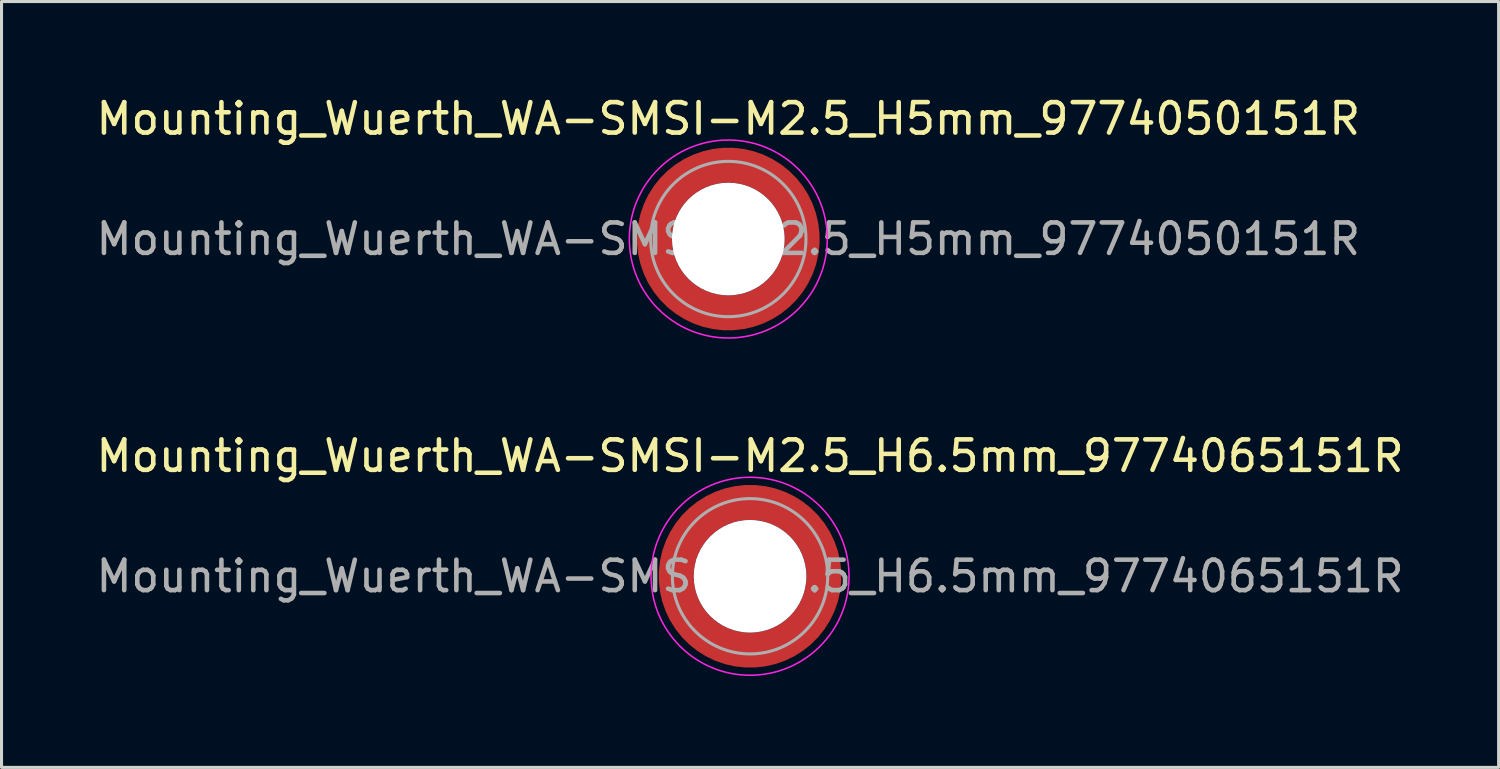
<source format=kicad_pcb>
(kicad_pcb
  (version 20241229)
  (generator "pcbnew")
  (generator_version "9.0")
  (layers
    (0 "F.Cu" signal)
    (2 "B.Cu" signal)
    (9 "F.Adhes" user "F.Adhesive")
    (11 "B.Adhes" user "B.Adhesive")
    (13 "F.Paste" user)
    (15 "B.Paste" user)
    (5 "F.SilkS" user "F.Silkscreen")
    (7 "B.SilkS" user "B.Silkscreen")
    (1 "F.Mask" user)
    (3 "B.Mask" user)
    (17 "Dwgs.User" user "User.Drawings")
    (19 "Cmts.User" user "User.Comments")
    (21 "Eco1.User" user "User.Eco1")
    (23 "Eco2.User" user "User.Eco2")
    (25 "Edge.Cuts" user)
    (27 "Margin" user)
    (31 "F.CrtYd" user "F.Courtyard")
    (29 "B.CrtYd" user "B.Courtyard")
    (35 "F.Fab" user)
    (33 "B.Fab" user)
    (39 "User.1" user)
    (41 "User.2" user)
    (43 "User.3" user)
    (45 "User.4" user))
  (footprint "Mounting_Wuerth_WA-SMSI-M2.5_H5mm_9774050151R"
    (layer "F.Cu")
    (at 20.863 4.798)
    (property "Reference" "Mounting_Wuerth_WA-SMSI-M2.5_H5mm_9774050151R" (at 0 -3.95 0) (layer "F.SilkS") (effects (font (size 1 1) (thickness 0.15))))
    (attr smd allow_soldermask_bridges)
    (fp_circle (center 0 0) (end 3.25 0) (stroke (width 0.05) (type solid)) (fill no) (layer "F.CrtYd"))
    (fp_circle (center 0 0) (end 2.55 0) (stroke (width 0.1) (type solid)) (fill no) (layer "F.Fab"))
    (fp_text user "${REFERENCE}" (at 0 0 0) (layer "F.Fab") (effects (font (size 1 1) (thickness 0.15))))
    (pad "" smd custom (at -1.704 -1.704) (size 0.51 0.51) (layers "F.Paste") (options (anchor circle)) (primitives (gr_arc (start -0.250195 1.279127) (mid 0.289914 0.289914) (end 1.279127 -0.250195) (width 0.2)) (gr_arc (start -0.34334 1.279127) (mid 0.225488 0.225488) (end 1.279127 -0.34334) (width 0.2)) (gr_arc (start -0.436309 1.279127) (mid 0.161063 0.161063) (end 1.279127 -0.436309) (width 0.2)) (gr_arc (start -0.529126 1.279127) (mid 0.096638 0.096638) (end 1.279127 -0.529126) (width 0.2)) (gr_arc (start -0.621807 1.279127) (mid 0.032213 0.032213) (end 1.279127 -0.621807) (width 0.2)) (gr_arc (start -0.71437 1.279127) (mid -0.032213 -0.032213) (end 1.279127 -0.71437) (width 0.2)) (gr_arc (start -0.806826 1.279127) (mid -0.096638 -0.096638) (end 1.279127 -0.806826) (width 0.2)) (gr_arc (start -0.899187 1.279127) (mid -0.161063 -0.161063) (end 1.279127 -0.899187) (width 0.2)) (gr_arc (start -0.991463 1.279127) (mid -0.225488 -0.225488) (end 1.279127 -0.991463) (width 0.2)) (gr_arc (start -1.083663 1.279127) (mid -0.289914 -0.289914) (end 1.279127 -1.083663) (width 0.2)) (gr_line (start 1.279 -0.25) (end 1.279 -1.084) (width 0.2)) (gr_line (start -0.25 1.279) (end -1.084 1.279) (width 0.2))))
    (pad "" smd custom (at -1.704 1.704) (size 0.51 0.51) (layers "F.Paste") (options (anchor circle)) (primitives (gr_arc (start 1.279127 0.250195) (mid 0.289914 -0.289914) (end -0.250195 -1.279127) (width 0.2)) (gr_arc (start 1.279127 0.34334) (mid 0.225488 -0.225488) (end -0.34334 -1.279127) (width 0.2)) (gr_arc (start 1.279127 0.436309) (mid 0.161063 -0.161063) (end -0.436309 -1.279127) (width 0.2)) (gr_arc (start 1.279127 0.529126) (mid 0.096638 -0.096638) (end -0.529126 -1.279127) (width 0.2)) (gr_arc (start 1.279127 0.621807) (mid 0.032213 -0.032213) (end -0.621807 -1.279127) (width 0.2)) (gr_arc (start 1.279127 0.71437) (mid -0.032213 0.032213) (end -0.71437 -1.279127) (width 0.2)) (gr_arc (start 1.279127 0.806826) (mid -0.096638 0.096638) (end -0.806826 -1.279127) (width 0.2)) (gr_arc (start 1.279127 0.899187) (mid -0.161063 0.161063) (end -0.899187 -1.279127) (width 0.2)) (gr_arc (start 1.279127 0.991463) (mid -0.225488 0.225488) (end -0.991463 -1.279127) (width 0.2)) (gr_arc (start 1.279127 1.083663) (mid -0.289914 0.289914) (end -1.083663 -1.279127) (width 0.2)) (gr_line (start -0.25 -1.279) (end -1.084 -1.279) (width 0.2)) (gr_line (start 1.279 0.25) (end 1.279 1.084) (width 0.2))))
    (pad "" np_thru_hole circle (at 0 0) (size 3.7 3.7) (drill 3.7) (layers "*.Cu" "*.Mask"))
    (pad "" smd custom (at 1.704 -1.704) (size 0.51 0.51) (layers "F.Paste") (options (anchor circle)) (primitives (gr_arc (start -1.279127 -0.250195) (mid -0.289914 0.289914) (end 0.250195 1.279127) (width 0.2)) (gr_arc (start -1.279127 -0.34334) (mid -0.225488 0.225488) (end 0.34334 1.279127) (width 0.2)) (gr_arc (start -1.279127 -0.436309) (mid -0.161063 0.161063) (end 0.436309 1.279127) (width 0.2)) (gr_arc (start -1.279127 -0.529126) (mid -0.096638 0.096638) (end 0.529126 1.279127) (width 0.2)) (gr_arc (start -1.279127 -0.621807) (mid -0.032213 0.032213) (end 0.621807 1.279127) (width 0.2)) (gr_arc (start -1.279127 -0.71437) (mid 0.032213 -0.032213) (end 0.71437 1.279127) (width 0.2)) (gr_arc (start -1.279127 -0.806826) (mid 0.096638 -0.096638) (end 0.806826 1.279127) (width 0.2)) (gr_arc (start -1.279127 -0.899187) (mid 0.161063 -0.161063) (end 0.899187 1.279127) (width 0.2)) (gr_arc (start -1.279127 -0.991463) (mid 0.225488 -0.225488) (end 0.991463 1.279127) (width 0.2)) (gr_arc (start -1.279127 -1.083663) (mid 0.289914 -0.289914) (end 1.083663 1.279127) (width 0.2)) (gr_line (start 0.25 1.279) (end 1.084 1.279) (width 0.2)) (gr_line (start -1.279 -0.25) (end -1.279 -1.084) (width 0.2))))
    (pad "" smd custom (at 1.704 1.704) (size 0.51 0.51) (layers "F.Paste") (options (anchor circle)) (primitives (gr_arc (start 0.250195 -1.279127) (mid -0.289914 -0.289914) (end -1.279127 0.250195) (width 0.2)) (gr_arc (start 0.34334 -1.279127) (mid -0.225488 -0.225488) (end -1.279127 0.34334) (width 0.2)) (gr_arc (start 0.436309 -1.279127) (mid -0.161063 -0.161063) (end -1.279127 0.436309) (width 0.2)) (gr_arc (start 0.529126 -1.279127) (mid -0.096638 -0.096638) (end -1.279127 0.529126) (width 0.2)) (gr_arc (start 0.621807 -1.279127) (mid -0.032213 -0.032213) (end -1.279127 0.621807) (width 0.2)) (gr_arc (start 0.71437 -1.279127) (mid 0.032213 0.032213) (end -1.279127 0.71437) (width 0.2)) (gr_arc (start 0.806826 -1.279127) (mid 0.096638 0.096638) (end -1.279127 0.806826) (width 0.2)) (gr_arc (start 0.899187 -1.279127) (mid 0.161063 0.161063) (end -1.279127 0.899187) (width 0.2)) (gr_arc (start 0.991463 -1.279127) (mid 0.225488 0.225488) (end -1.279127 0.991463) (width 0.2)) (gr_arc (start 1.083663 -1.279127) (mid 0.289914 0.289914) (end -1.279127 1.083663) (width 0.2)) (gr_line (start -1.279 0.25) (end -1.279 1.084) (width 0.2)) (gr_line (start 0.25 -1.279) (end 1.084 -1.279) (width 0.2))))
    (pad "1" smd circle (at -2.425 0) (size 0.642 0.642) (layers "F.Cu"))
    (pad "1" smd circle (at 0 -2.425) (size 0.642 0.642) (layers "F.Cu"))
    (pad "1" smd circle (at 0 2.425) (size 0.642 0.642) (layers "F.Cu"))
    (pad "1" smd custom (at 2.425 0) (size 1.15 1.15) (layers "F.Cu" "F.Mask") (options (anchor circle)) (primitives (gr_circle (center -2.425 0) (end 0 0) (width 1.15) (fill no)))))
  (footprint "Mounting_Wuerth_WA-SMSI-M2.5_H6.5mm_9774065151R"
    (layer "F.Cu")
    (at 21.577 15.871)
    (property "Reference" "Mounting_Wuerth_WA-SMSI-M2.5_H6.5mm_9774065151R" (at 0 -3.95 0) (layer "F.SilkS") (effects (font (size 1 1) (thickness 0.15))))
    (attr smd allow_soldermask_bridges)
    (fp_circle (center 0 0) (end 3.25 0) (stroke (width 0.05) (type solid)) (fill no) (layer "F.CrtYd"))
    (fp_circle (center 0 0) (end 2.55 0) (stroke (width 0.1) (type solid)) (fill no) (layer "F.Fab"))
    (fp_text user "${REFERENCE}" (at 0 0 0) (layer "F.Fab") (effects (font (size 1 1) (thickness 0.15))))
    (pad "" smd custom (at -1.704 -1.704) (size 0.51 0.51) (layers "F.Paste") (options (anchor circle)) (primitives (gr_arc (start -0.250195 1.279127) (mid 0.289914 0.289914) (end 1.279127 -0.250195) (width 0.2)) (gr_arc (start -0.34334 1.279127) (mid 0.225488 0.225488) (end 1.279127 -0.34334) (width 0.2)) (gr_arc (start -0.436309 1.279127) (mid 0.161063 0.161063) (end 1.279127 -0.436309) (width 0.2)) (gr_arc (start -0.529126 1.279127) (mid 0.096638 0.096638) (end 1.279127 -0.529126) (width 0.2)) (gr_arc (start -0.621807 1.279127) (mid 0.032213 0.032213) (end 1.279127 -0.621807) (width 0.2)) (gr_arc (start -0.71437 1.279127) (mid -0.032213 -0.032213) (end 1.279127 -0.71437) (width 0.2)) (gr_arc (start -0.806826 1.279127) (mid -0.096638 -0.096638) (end 1.279127 -0.806826) (width 0.2)) (gr_arc (start -0.899187 1.279127) (mid -0.161063 -0.161063) (end 1.279127 -0.899187) (width 0.2)) (gr_arc (start -0.991463 1.279127) (mid -0.225488 -0.225488) (end 1.279127 -0.991463) (width 0.2)) (gr_arc (start -1.083663 1.279127) (mid -0.289914 -0.289914) (end 1.279127 -1.083663) (width 0.2)) (gr_line (start 1.279 -0.25) (end 1.279 -1.084) (width 0.2)) (gr_line (start -0.25 1.279) (end -1.084 1.279) (width 0.2))))
    (pad "" smd custom (at -1.704 1.704) (size 0.51 0.51) (layers "F.Paste") (options (anchor circle)) (primitives (gr_arc (start 1.279127 0.250195) (mid 0.289914 -0.289914) (end -0.250195 -1.279127) (width 0.2)) (gr_arc (start 1.279127 0.34334) (mid 0.225488 -0.225488) (end -0.34334 -1.279127) (width 0.2)) (gr_arc (start 1.279127 0.436309) (mid 0.161063 -0.161063) (end -0.436309 -1.279127) (width 0.2)) (gr_arc (start 1.279127 0.529126) (mid 0.096638 -0.096638) (end -0.529126 -1.279127) (width 0.2)) (gr_arc (start 1.279127 0.621807) (mid 0.032213 -0.032213) (end -0.621807 -1.279127) (width 0.2)) (gr_arc (start 1.279127 0.71437) (mid -0.032213 0.032213) (end -0.71437 -1.279127) (width 0.2)) (gr_arc (start 1.279127 0.806826) (mid -0.096638 0.096638) (end -0.806826 -1.279127) (width 0.2)) (gr_arc (start 1.279127 0.899187) (mid -0.161063 0.161063) (end -0.899187 -1.279127) (width 0.2)) (gr_arc (start 1.279127 0.991463) (mid -0.225488 0.225488) (end -0.991463 -1.279127) (width 0.2)) (gr_arc (start 1.279127 1.083663) (mid -0.289914 0.289914) (end -1.083663 -1.279127) (width 0.2)) (gr_line (start -0.25 -1.279) (end -1.084 -1.279) (width 0.2)) (gr_line (start 1.279 0.25) (end 1.279 1.084) (width 0.2))))
    (pad "" np_thru_hole circle (at 0 0) (size 3.7 3.7) (drill 3.7) (layers "*.Cu" "*.Mask"))
    (pad "" smd custom (at 1.704 -1.704) (size 0.51 0.51) (layers "F.Paste") (options (anchor circle)) (primitives (gr_arc (start -1.279127 -0.250195) (mid -0.289914 0.289914) (end 0.250195 1.279127) (width 0.2)) (gr_arc (start -1.279127 -0.34334) (mid -0.225488 0.225488) (end 0.34334 1.279127) (width 0.2)) (gr_arc (start -1.279127 -0.436309) (mid -0.161063 0.161063) (end 0.436309 1.279127) (width 0.2)) (gr_arc (start -1.279127 -0.529126) (mid -0.096638 0.096638) (end 0.529126 1.279127) (width 0.2)) (gr_arc (start -1.279127 -0.621807) (mid -0.032213 0.032213) (end 0.621807 1.279127) (width 0.2)) (gr_arc (start -1.279127 -0.71437) (mid 0.032213 -0.032213) (end 0.71437 1.279127) (width 0.2)) (gr_arc (start -1.279127 -0.806826) (mid 0.096638 -0.096638) (end 0.806826 1.279127) (width 0.2)) (gr_arc (start -1.279127 -0.899187) (mid 0.161063 -0.161063) (end 0.899187 1.279127) (width 0.2)) (gr_arc (start -1.279127 -0.991463) (mid 0.225488 -0.225488) (end 0.991463 1.279127) (width 0.2)) (gr_arc (start -1.279127 -1.083663) (mid 0.289914 -0.289914) (end 1.083663 1.279127) (width 0.2)) (gr_line (start 0.25 1.279) (end 1.084 1.279) (width 0.2)) (gr_line (start -1.279 -0.25) (end -1.279 -1.084) (width 0.2))))
    (pad "" smd custom (at 1.704 1.704) (size 0.51 0.51) (layers "F.Paste") (options (anchor circle)) (primitives (gr_arc (start 0.250195 -1.279127) (mid -0.289914 -0.289914) (end -1.279127 0.250195) (width 0.2)) (gr_arc (start 0.34334 -1.279127) (mid -0.225488 -0.225488) (end -1.279127 0.34334) (width 0.2)) (gr_arc (start 0.436309 -1.279127) (mid -0.161063 -0.161063) (end -1.279127 0.436309) (width 0.2)) (gr_arc (start 0.529126 -1.279127) (mid -0.096638 -0.096638) (end -1.279127 0.529126) (width 0.2)) (gr_arc (start 0.621807 -1.279127) (mid -0.032213 -0.032213) (end -1.279127 0.621807) (width 0.2)) (gr_arc (start 0.71437 -1.279127) (mid 0.032213 0.032213) (end -1.279127 0.71437) (width 0.2)) (gr_arc (start 0.806826 -1.279127) (mid 0.096638 0.096638) (end -1.279127 0.806826) (width 0.2)) (gr_arc (start 0.899187 -1.279127) (mid 0.161063 0.161063) (end -1.279127 0.899187) (width 0.2)) (gr_arc (start 0.991463 -1.279127) (mid 0.225488 0.225488) (end -1.279127 0.991463) (width 0.2)) (gr_arc (start 1.083663 -1.279127) (mid 0.289914 0.289914) (end -1.279127 1.083663) (width 0.2)) (gr_line (start -1.279 0.25) (end -1.279 1.084) (width 0.2)) (gr_line (start 0.25 -1.279) (end 1.084 -1.279) (width 0.2))))
    (pad "1" smd circle (at -2.425 0) (size 0.642 0.642) (layers "F.Cu"))
    (pad "1" smd circle (at 0 -2.425) (size 0.642 0.642) (layers "F.Cu"))
    (pad "1" smd circle (at 0 2.425) (size 0.642 0.642) (layers "F.Cu"))
    (pad "1" smd custom (at 2.425 0) (size 1.15 1.15) (layers "F.Cu" "F.Mask") (options (anchor circle)) (primitives (gr_circle (center -2.425 0) (end 0 0) (width 1.15) (fill no)))))
  (gr_rect
    (start -3 -3)
    (end 46.155 22.146)
    (stroke (width 0.1) (type default))
    (fill no)
    (layer "Edge.Cuts")))
</source>
